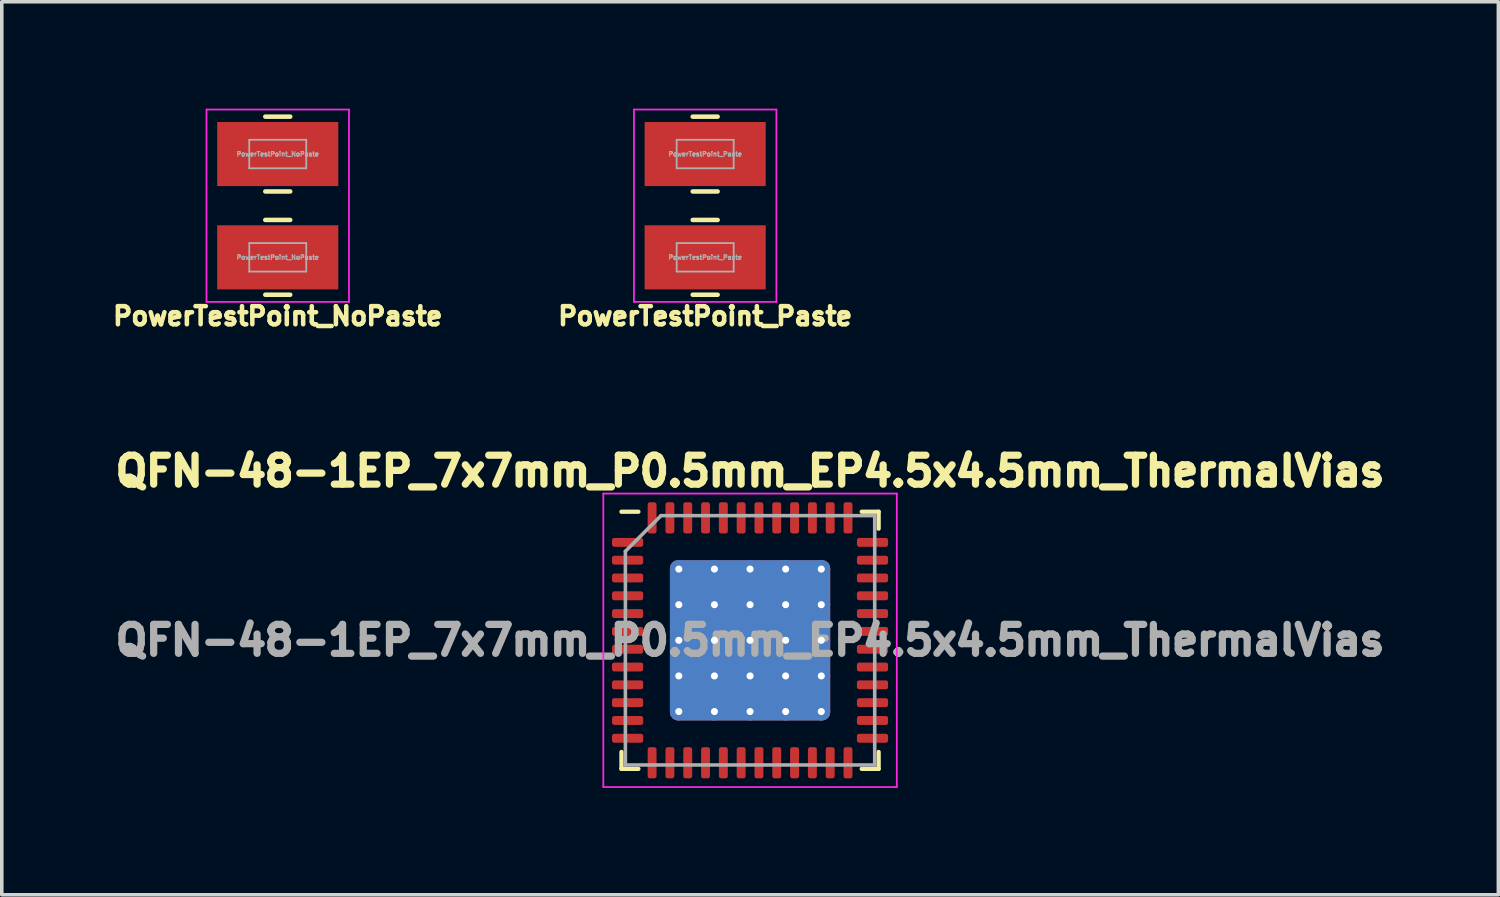
<source format=kicad_pcb>
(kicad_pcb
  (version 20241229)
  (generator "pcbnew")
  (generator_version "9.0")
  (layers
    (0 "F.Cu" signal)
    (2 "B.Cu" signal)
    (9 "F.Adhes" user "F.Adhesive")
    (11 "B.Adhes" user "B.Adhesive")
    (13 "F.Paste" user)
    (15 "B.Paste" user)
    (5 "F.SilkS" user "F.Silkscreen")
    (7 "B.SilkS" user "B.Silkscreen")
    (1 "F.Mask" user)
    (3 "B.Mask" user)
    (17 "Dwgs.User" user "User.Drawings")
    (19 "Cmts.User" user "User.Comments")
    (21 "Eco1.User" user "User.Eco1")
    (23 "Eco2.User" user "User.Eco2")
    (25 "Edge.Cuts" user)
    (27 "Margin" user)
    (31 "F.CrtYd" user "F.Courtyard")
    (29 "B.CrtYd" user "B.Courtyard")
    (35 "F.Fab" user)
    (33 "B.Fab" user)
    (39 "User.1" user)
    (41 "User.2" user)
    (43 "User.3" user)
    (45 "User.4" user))
  (footprint "PowerTestPoint_Paste"
    (layer "F.Cu")
    (at 16.748 2.725)
    (property "Reference" "PowerTestPoint_Paste" (at 0 3.1 0) (layer "F.SilkS") (effects (font (size 0.508 0.508) (thickness 0.127))))
    (attr smd)
    (fp_line (start -0.35 -2.5) (end 0.35 -2.5) (stroke (width 0.127) (type solid)) (layer "F.SilkS"))
    (fp_line (start -0.35 0.4) (end 0.35 0.4) (stroke (width 0.127) (type solid)) (layer "F.SilkS"))
    (fp_line (start 0.35 -0.4) (end -0.35 -0.4) (stroke (width 0.127) (type solid)) (layer "F.SilkS"))
    (fp_line (start 0.35 2.5) (end -0.35 2.5) (stroke (width 0.127) (type solid)) (layer "F.SilkS"))
    (fp_line (start -2 -2.7) (end 2 -2.7) (stroke (width 0.05) (type solid)) (layer "F.CrtYd"))
    (fp_line (start -2 2.7) (end -2 -2.7) (stroke (width 0.05) (type solid)) (layer "F.CrtYd"))
    (fp_line (start -2 2.7) (end 2 2.7) (stroke (width 0.05) (type solid)) (layer "F.CrtYd"))
    (fp_line (start 2 -2.7) (end 2 2.7) (stroke (width 0.05) (type solid)) (layer "F.CrtYd"))
    (fp_line (start -0.8 -1.85) (end 0.8 -1.85) (stroke (width 0.05) (type solid)) (layer "F.Fab"))
    (fp_line (start -0.8 -1.05) (end -0.8 -1.85) (stroke (width 0.05) (type solid)) (layer "F.Fab"))
    (fp_line (start -0.8 1.05) (end 0.8 1.05) (stroke (width 0.05) (type solid)) (layer "F.Fab"))
    (fp_line (start -0.8 1.85) (end -0.8 1.05) (stroke (width 0.05) (type solid)) (layer "F.Fab"))
    (fp_line (start 0.8 -1.85) (end 0.8 -1.05) (stroke (width 0.05) (type solid)) (layer "F.Fab"))
    (fp_line (start 0.8 -1.05) (end -0.8 -1.05) (stroke (width 0.05) (type solid)) (layer "F.Fab"))
    (fp_line (start 0.8 1.05) (end 0.8 1.85) (stroke (width 0.05) (type solid)) (layer "F.Fab"))
    (fp_line (start 0.8 1.85) (end -0.8 1.85) (stroke (width 0.05) (type solid)) (layer "F.Fab"))
    (fp_text user "${REFERENCE}" (at 0 -1.45 0) (layer "F.Fab") (effects (font (size 0.127 0.127) (thickness 0.032))))
    (fp_text user "${REFERENCE}" (at 0 1.45 0) (layer "F.Fab") (effects (font (size 0.127 0.127) (thickness 0.032))))
    (pad "1" smd rect (at 0 -1.45) (size 3.4 1.8) (layers "F.Cu" "F.Mask"))
    (pad "2" smd rect (at 0 1.45) (size 3.4 1.8) (layers "F.Cu" "F.Mask")))
  (footprint "PowerTestPoint_NoPaste"
    (layer "F.Cu")
    (at 4.748 2.725)
    (property "Reference" "PowerTestPoint_NoPaste" (at 0 3.1 0) (layer "F.SilkS") (effects (font (size 0.508 0.508) (thickness 0.127))))
    (attr exclude_from_pos_files exclude_from_bom)
    (fp_line (start -0.35 -2.5) (end 0.35 -2.5) (stroke (width 0.127) (type solid)) (layer "F.SilkS"))
    (fp_line (start -0.35 0.4) (end 0.35 0.4) (stroke (width 0.127) (type solid)) (layer "F.SilkS"))
    (fp_line (start 0.35 -0.4) (end -0.35 -0.4) (stroke (width 0.127) (type solid)) (layer "F.SilkS"))
    (fp_line (start 0.35 2.5) (end -0.35 2.5) (stroke (width 0.127) (type solid)) (layer "F.SilkS"))
    (fp_line (start -2 -2.7) (end 2 -2.7) (stroke (width 0.05) (type solid)) (layer "F.CrtYd"))
    (fp_line (start -2 2.7) (end -2 -2.7) (stroke (width 0.05) (type solid)) (layer "F.CrtYd"))
    (fp_line (start -2 2.7) (end 2 2.7) (stroke (width 0.05) (type solid)) (layer "F.CrtYd"))
    (fp_line (start 2 -2.7) (end 2 2.7) (stroke (width 0.05) (type solid)) (layer "F.CrtYd"))
    (fp_line (start -0.8 -1.85) (end 0.8 -1.85) (stroke (width 0.05) (type solid)) (layer "F.Fab"))
    (fp_line (start -0.8 -1.05) (end -0.8 -1.85) (stroke (width 0.05) (type solid)) (layer "F.Fab"))
    (fp_line (start -0.8 1.05) (end 0.8 1.05) (stroke (width 0.05) (type solid)) (layer "F.Fab"))
    (fp_line (start -0.8 1.85) (end -0.8 1.05) (stroke (width 0.05) (type solid)) (layer "F.Fab"))
    (fp_line (start 0.8 -1.85) (end 0.8 -1.05) (stroke (width 0.05) (type solid)) (layer "F.Fab"))
    (fp_line (start 0.8 -1.05) (end -0.8 -1.05) (stroke (width 0.05) (type solid)) (layer "F.Fab"))
    (fp_line (start 0.8 1.05) (end 0.8 1.85) (stroke (width 0.05) (type solid)) (layer "F.Fab"))
    (fp_line (start 0.8 1.85) (end -0.8 1.85) (stroke (width 0.05) (type solid)) (layer "F.Fab"))
    (fp_text user "${REFERENCE}" (at 0 -1.45 0) (layer "F.Fab") (effects (font (size 0.127 0.127) (thickness 0.032))))
    (fp_text user "${REFERENCE}" (at 0 1.45 0) (layer "F.Fab") (effects (font (size 0.127 0.127) (thickness 0.032))))
    (pad "1" smd rect (at 0 -1.45) (size 3.4 1.8) (layers "F.Cu" "F.Mask"))
    (pad "2" smd rect (at 0 1.45) (size 3.4 1.8) (layers "F.Cu" "F.Mask")))
  (footprint "QFN-48-1EP_7x7mm_P0.5mm_EP4.5x4.5mm_ThermalVias"
    (layer "F.Cu")
    (at 18.008 14.927)
    (property "Reference" "QFN-48-1EP_7x7mm_P0.5mm_EP4.5x4.5mm_ThermalVias" (at 0 0 0) (layer "F.Fab") (effects (font (size 0.813 0.813) (thickness 0.203))))
    (attr smd)
    (fp_line (start -3.61 3.61) (end -3.61 3.135) (stroke (width 0.12) (type solid)) (layer "F.SilkS"))
    (fp_line (start -3.135 -3.61) (end -3.61 -3.61) (stroke (width 0.12) (type solid)) (layer "F.SilkS"))
    (fp_line (start -3.135 3.61) (end -3.61 3.61) (stroke (width 0.12) (type solid)) (layer "F.SilkS"))
    (fp_line (start 3.135 -3.61) (end 3.61 -3.61) (stroke (width 0.12) (type solid)) (layer "F.SilkS"))
    (fp_line (start 3.135 3.61) (end 3.61 3.61) (stroke (width 0.12) (type solid)) (layer "F.SilkS"))
    (fp_line (start 3.61 -3.61) (end 3.61 -3.135) (stroke (width 0.12) (type solid)) (layer "F.SilkS"))
    (fp_line (start 3.61 3.61) (end 3.61 3.135) (stroke (width 0.12) (type solid)) (layer "F.SilkS"))
    (fp_line (start -4.12 -4.12) (end -4.12 4.12) (stroke (width 0.05) (type solid)) (layer "F.CrtYd"))
    (fp_line (start -4.12 4.12) (end 4.12 4.12) (stroke (width 0.05) (type solid)) (layer "F.CrtYd"))
    (fp_line (start 4.12 -4.12) (end -4.12 -4.12) (stroke (width 0.05) (type solid)) (layer "F.CrtYd"))
    (fp_line (start 4.12 4.12) (end 4.12 -4.12) (stroke (width 0.05) (type solid)) (layer "F.CrtYd"))
    (fp_line (start -3.5 -2.5) (end -2.5 -3.5) (stroke (width 0.1) (type solid)) (layer "F.Fab"))
    (fp_line (start -3.5 3.5) (end -3.5 -2.5) (stroke (width 0.1) (type solid)) (layer "F.Fab"))
    (fp_line (start -2.5 -3.5) (end 3.5 -3.5) (stroke (width 0.1) (type solid)) (layer "F.Fab"))
    (fp_line (start 3.5 -3.5) (end 3.5 3.5) (stroke (width 0.1) (type solid)) (layer "F.Fab"))
    (fp_line (start 3.5 3.5) (end -3.5 3.5) (stroke (width 0.1) (type solid)) (layer "F.Fab"))
    (fp_text user "${REFERENCE}" (at 0 -4.75 0) (layer "F.SilkS") (effects (font (size 0.813 0.813) (thickness 0.203))))
    (pad "" smd roundrect (at -1.5 -1.5) (size 0.75 0.75) (layers "F.Paste") (roundrect_rratio 0.17))
    (pad "" smd roundrect (at -1.5 -0.5) (size 0.75 0.75) (layers "F.Paste") (roundrect_rratio 0.17))
    (pad "" smd roundrect (at -1.5 0.5) (size 0.75 0.75) (layers "F.Paste") (roundrect_rratio 0.17))
    (pad "" smd roundrect (at -1.5 1.5) (size 0.75 0.75) (layers "F.Paste") (roundrect_rratio 0.17))
    (pad "" smd roundrect (at -0.5 -1.5) (size 0.75 0.75) (layers "F.Paste") (roundrect_rratio 0.17))
    (pad "" smd roundrect (at -0.5 -0.5) (size 0.75 0.75) (layers "F.Paste") (roundrect_rratio 0.17))
    (pad "" smd roundrect (at -0.5 0.5) (size 0.75 0.75) (layers "F.Paste") (roundrect_rratio 0.17))
    (pad "" smd roundrect (at -0.5 1.5) (size 0.75 0.75) (layers "F.Paste") (roundrect_rratio 0.17))
    (pad "" smd roundrect (at 0.5 -1.5) (size 0.75 0.75) (layers "F.Paste") (roundrect_rratio 0.17))
    (pad "" smd roundrect (at 0.5 -0.5) (size 0.75 0.75) (layers "F.Paste") (roundrect_rratio 0.17))
    (pad "" smd roundrect (at 0.5 0.5) (size 0.75 0.75) (layers "F.Paste") (roundrect_rratio 0.17))
    (pad "" smd roundrect (at 0.5 1.5) (size 0.75 0.75) (layers "F.Paste") (roundrect_rratio 0.17))
    (pad "" smd roundrect (at 1.5 -1.5) (size 0.75 0.75) (layers "F.Paste") (roundrect_rratio 0.17))
    (pad "" smd roundrect (at 1.5 -0.5) (size 0.75 0.75) (layers "F.Paste") (roundrect_rratio 0.17))
    (pad "" smd roundrect (at 1.5 0.5) (size 0.75 0.75) (layers "F.Paste") (roundrect_rratio 0.17))
    (pad "" smd roundrect (at 1.5 1.5) (size 0.75 0.75) (layers "F.Paste") (roundrect_rratio 0.17))
    (pad "1" smd roundrect (at -3.438 -2.75) (size 0.875 0.25) (layers "F.Cu" "F.Mask" "F.Paste") (roundrect_rratio 0.25))
    (pad "2" smd roundrect (at -3.438 -2.25) (size 0.875 0.25) (layers "F.Cu" "F.Mask" "F.Paste") (roundrect_rratio 0.25))
    (pad "3" smd roundrect (at -3.438 -1.75) (size 0.875 0.25) (layers "F.Cu" "F.Mask" "F.Paste") (roundrect_rratio 0.25))
    (pad "4" smd roundrect (at -3.438 -1.25) (size 0.875 0.25) (layers "F.Cu" "F.Mask" "F.Paste") (roundrect_rratio 0.25))
    (pad "5" smd roundrect (at -3.438 -0.75) (size 0.875 0.25) (layers "F.Cu" "F.Mask" "F.Paste") (roundrect_rratio 0.25))
    (pad "6" smd roundrect (at -3.438 -0.25) (size 0.875 0.25) (layers "F.Cu" "F.Mask" "F.Paste") (roundrect_rratio 0.25))
    (pad "7" smd roundrect (at -3.438 0.25) (size 0.875 0.25) (layers "F.Cu" "F.Mask" "F.Paste") (roundrect_rratio 0.25))
    (pad "8" smd roundrect (at -3.438 0.75) (size 0.875 0.25) (layers "F.Cu" "F.Mask" "F.Paste") (roundrect_rratio 0.25))
    (pad "9" smd roundrect (at -3.438 1.25) (size 0.875 0.25) (layers "F.Cu" "F.Mask" "F.Paste") (roundrect_rratio 0.25))
    (pad "10" smd roundrect (at -3.438 1.75) (size 0.875 0.25) (layers "F.Cu" "F.Mask" "F.Paste") (roundrect_rratio 0.25))
    (pad "11" smd roundrect (at -3.438 2.25) (size 0.875 0.25) (layers "F.Cu" "F.Mask" "F.Paste") (roundrect_rratio 0.25))
    (pad "12" smd roundrect (at -3.438 2.75) (size 0.875 0.25) (layers "F.Cu" "F.Mask" "F.Paste") (roundrect_rratio 0.25))
    (pad "13" smd roundrect (at -2.75 3.438) (size 0.25 0.875) (layers "F.Cu" "F.Mask" "F.Paste") (roundrect_rratio 0.25))
    (pad "14" smd roundrect (at -2.25 3.438) (size 0.25 0.875) (layers "F.Cu" "F.Mask" "F.Paste") (roundrect_rratio 0.25))
    (pad "15" smd roundrect (at -1.75 3.438) (size 0.25 0.875) (layers "F.Cu" "F.Mask" "F.Paste") (roundrect_rratio 0.25))
    (pad "16" smd roundrect (at -1.25 3.438) (size 0.25 0.875) (layers "F.Cu" "F.Mask" "F.Paste") (roundrect_rratio 0.25))
    (pad "17" smd roundrect (at -0.75 3.438) (size 0.25 0.875) (layers "F.Cu" "F.Mask" "F.Paste") (roundrect_rratio 0.25))
    (pad "18" smd roundrect (at -0.25 3.438) (size 0.25 0.875) (layers "F.Cu" "F.Mask" "F.Paste") (roundrect_rratio 0.25))
    (pad "19" smd roundrect (at 0.25 3.438) (size 0.25 0.875) (layers "F.Cu" "F.Mask" "F.Paste") (roundrect_rratio 0.25))
    (pad "20" smd roundrect (at 0.75 3.438) (size 0.25 0.875) (layers "F.Cu" "F.Mask" "F.Paste") (roundrect_rratio 0.25))
    (pad "21" smd roundrect (at 1.25 3.438) (size 0.25 0.875) (layers "F.Cu" "F.Mask" "F.Paste") (roundrect_rratio 0.25))
    (pad "22" smd roundrect (at 1.75 3.438) (size 0.25 0.875) (layers "F.Cu" "F.Mask" "F.Paste") (roundrect_rratio 0.25))
    (pad "23" smd roundrect (at 2.25 3.438) (size 0.25 0.875) (layers "F.Cu" "F.Mask" "F.Paste") (roundrect_rratio 0.25))
    (pad "24" smd roundrect (at 2.75 3.438) (size 0.25 0.875) (layers "F.Cu" "F.Mask" "F.Paste") (roundrect_rratio 0.25))
    (pad "25" smd roundrect (at 3.438 2.75) (size 0.875 0.25) (layers "F.Cu" "F.Mask" "F.Paste") (roundrect_rratio 0.25))
    (pad "26" smd roundrect (at 3.438 2.25) (size 0.875 0.25) (layers "F.Cu" "F.Mask" "F.Paste") (roundrect_rratio 0.25))
    (pad "27" smd roundrect (at 3.438 1.75) (size 0.875 0.25) (layers "F.Cu" "F.Mask" "F.Paste") (roundrect_rratio 0.25))
    (pad "28" smd roundrect (at 3.438 1.25) (size 0.875 0.25) (layers "F.Cu" "F.Mask" "F.Paste") (roundrect_rratio 0.25))
    (pad "29" smd roundrect (at 3.438 0.75) (size 0.875 0.25) (layers "F.Cu" "F.Mask" "F.Paste") (roundrect_rratio 0.25))
    (pad "30" smd roundrect (at 3.438 0.25) (size 0.875 0.25) (layers "F.Cu" "F.Mask" "F.Paste") (roundrect_rratio 0.25))
    (pad "31" smd roundrect (at 3.438 -0.25) (size 0.875 0.25) (layers "F.Cu" "F.Mask" "F.Paste") (roundrect_rratio 0.25))
    (pad "32" smd roundrect (at 3.438 -0.75) (size 0.875 0.25) (layers "F.Cu" "F.Mask" "F.Paste") (roundrect_rratio 0.25))
    (pad "33" smd roundrect (at 3.438 -1.25) (size 0.875 0.25) (layers "F.Cu" "F.Mask" "F.Paste") (roundrect_rratio 0.25))
    (pad "34" smd roundrect (at 3.438 -1.75) (size 0.875 0.25) (layers "F.Cu" "F.Mask" "F.Paste") (roundrect_rratio 0.25))
    (pad "35" smd roundrect (at 3.438 -2.25) (size 0.875 0.25) (layers "F.Cu" "F.Mask" "F.Paste") (roundrect_rratio 0.25))
    (pad "36" smd roundrect (at 3.438 -2.75) (size 0.875 0.25) (layers "F.Cu" "F.Mask" "F.Paste") (roundrect_rratio 0.25))
    (pad "37" smd roundrect (at 2.75 -3.438) (size 0.25 0.875) (layers "F.Cu" "F.Mask" "F.Paste") (roundrect_rratio 0.25))
    (pad "38" smd roundrect (at 2.25 -3.438) (size 0.25 0.875) (layers "F.Cu" "F.Mask" "F.Paste") (roundrect_rratio 0.25))
    (pad "39" smd roundrect (at 1.75 -3.438) (size 0.25 0.875) (layers "F.Cu" "F.Mask" "F.Paste") (roundrect_rratio 0.25))
    (pad "40" smd roundrect (at 1.25 -3.438) (size 0.25 0.875) (layers "F.Cu" "F.Mask" "F.Paste") (roundrect_rratio 0.25))
    (pad "41" smd roundrect (at 0.75 -3.438) (size 0.25 0.875) (layers "F.Cu" "F.Mask" "F.Paste") (roundrect_rratio 0.25))
    (pad "42" smd roundrect (at 0.25 -3.438) (size 0.25 0.875) (layers "F.Cu" "F.Mask" "F.Paste") (roundrect_rratio 0.25))
    (pad "43" smd roundrect (at -0.25 -3.438) (size 0.25 0.875) (layers "F.Cu" "F.Mask" "F.Paste") (roundrect_rratio 0.25))
    (pad "44" smd roundrect (at -0.75 -3.438) (size 0.25 0.875) (layers "F.Cu" "F.Mask" "F.Paste") (roundrect_rratio 0.25))
    (pad "45" smd roundrect (at -1.25 -3.438) (size 0.25 0.875) (layers "F.Cu" "F.Mask" "F.Paste") (roundrect_rratio 0.25))
    (pad "46" smd roundrect (at -1.75 -3.438) (size 0.25 0.875) (layers "F.Cu" "F.Mask" "F.Paste") (roundrect_rratio 0.25))
    (pad "47" smd roundrect (at -2.25 -3.438) (size 0.25 0.875) (layers "F.Cu" "F.Mask" "F.Paste") (roundrect_rratio 0.25))
    (pad "48" smd roundrect (at -2.75 -3.438) (size 0.25 0.875) (layers "F.Cu" "F.Mask" "F.Paste") (roundrect_rratio 0.25))
    (pad "49" thru_hole circle (at -2 -2) (size 0.5 0.5) (drill 0.2) (layers "*.Cu"))
    (pad "49" thru_hole circle (at -2 -1) (size 0.5 0.5) (drill 0.2) (layers "*.Cu"))
    (pad "49" thru_hole circle (at -2 0) (size 0.5 0.5) (drill 0.2) (layers "*.Cu"))
    (pad "49" thru_hole circle (at -2 1) (size 0.5 0.5) (drill 0.2) (layers "*.Cu"))
    (pad "49" thru_hole circle (at -2 2) (size 0.5 0.5) (drill 0.2) (layers "*.Cu"))
    (pad "49" thru_hole circle (at -1 -2) (size 0.5 0.5) (drill 0.2) (layers "*.Cu"))
    (pad "49" thru_hole circle (at -1 -1) (size 0.5 0.5) (drill 0.2) (layers "*.Cu"))
    (pad "49" thru_hole circle (at -1 0) (size 0.5 0.5) (drill 0.2) (layers "*.Cu"))
    (pad "49" thru_hole circle (at -1 1) (size 0.5 0.5) (drill 0.2) (layers "*.Cu"))
    (pad "49" thru_hole circle (at -1 2) (size 0.5 0.5) (drill 0.2) (layers "*.Cu"))
    (pad "49" thru_hole circle (at 0 -2) (size 0.5 0.5) (drill 0.2) (layers "*.Cu"))
    (pad "49" thru_hole circle (at 0 -1) (size 0.5 0.5) (drill 0.2) (layers "*.Cu"))
    (pad "49" thru_hole circle (at 0 0) (size 0.5 0.5) (drill 0.2) (layers "*.Cu"))
    (pad "49" smd roundrect (at 0 0) (size 4.5 4.5) (layers "F.Cu" "F.Mask") (roundrect_rratio 0.05))
    (pad "49" smd roundrect (at 0 0) (size 4.5 4.5) (layers "B.Cu") (roundrect_rratio 0.05))
    (pad "49" thru_hole circle (at 0 1) (size 0.5 0.5) (drill 0.2) (layers "*.Cu"))
    (pad "49" thru_hole circle (at 0 2) (size 0.5 0.5) (drill 0.2) (layers "*.Cu"))
    (pad "49" thru_hole circle (at 1 -2) (size 0.5 0.5) (drill 0.2) (layers "*.Cu"))
    (pad "49" thru_hole circle (at 1 -1) (size 0.5 0.5) (drill 0.2) (layers "*.Cu"))
    (pad "49" thru_hole circle (at 1 0) (size 0.5 0.5) (drill 0.2) (layers "*.Cu"))
    (pad "49" thru_hole circle (at 1 1) (size 0.5 0.5) (drill 0.2) (layers "*.Cu"))
    (pad "49" thru_hole circle (at 1 2) (size 0.5 0.5) (drill 0.2) (layers "*.Cu"))
    (pad "49" thru_hole circle (at 2 -2) (size 0.5 0.5) (drill 0.2) (layers "*.Cu"))
    (pad "49" thru_hole circle (at 2 -1) (size 0.5 0.5) (drill 0.2) (layers "*.Cu"))
    (pad "49" thru_hole circle (at 2 0) (size 0.5 0.5) (drill 0.2) (layers "*.Cu"))
    (pad "49" thru_hole circle (at 2 1) (size 0.5 0.5) (drill 0.2) (layers "*.Cu"))
    (pad "49" thru_hole circle (at 2 2) (size 0.5 0.5) (drill 0.2) (layers "*.Cu")))
  (gr_rect
    (start -3 -3)
    (end 39.017 22.072)
    (stroke (width 0.1) (type default))
    (fill no)
    (layer "Edge.Cuts")))
</source>
